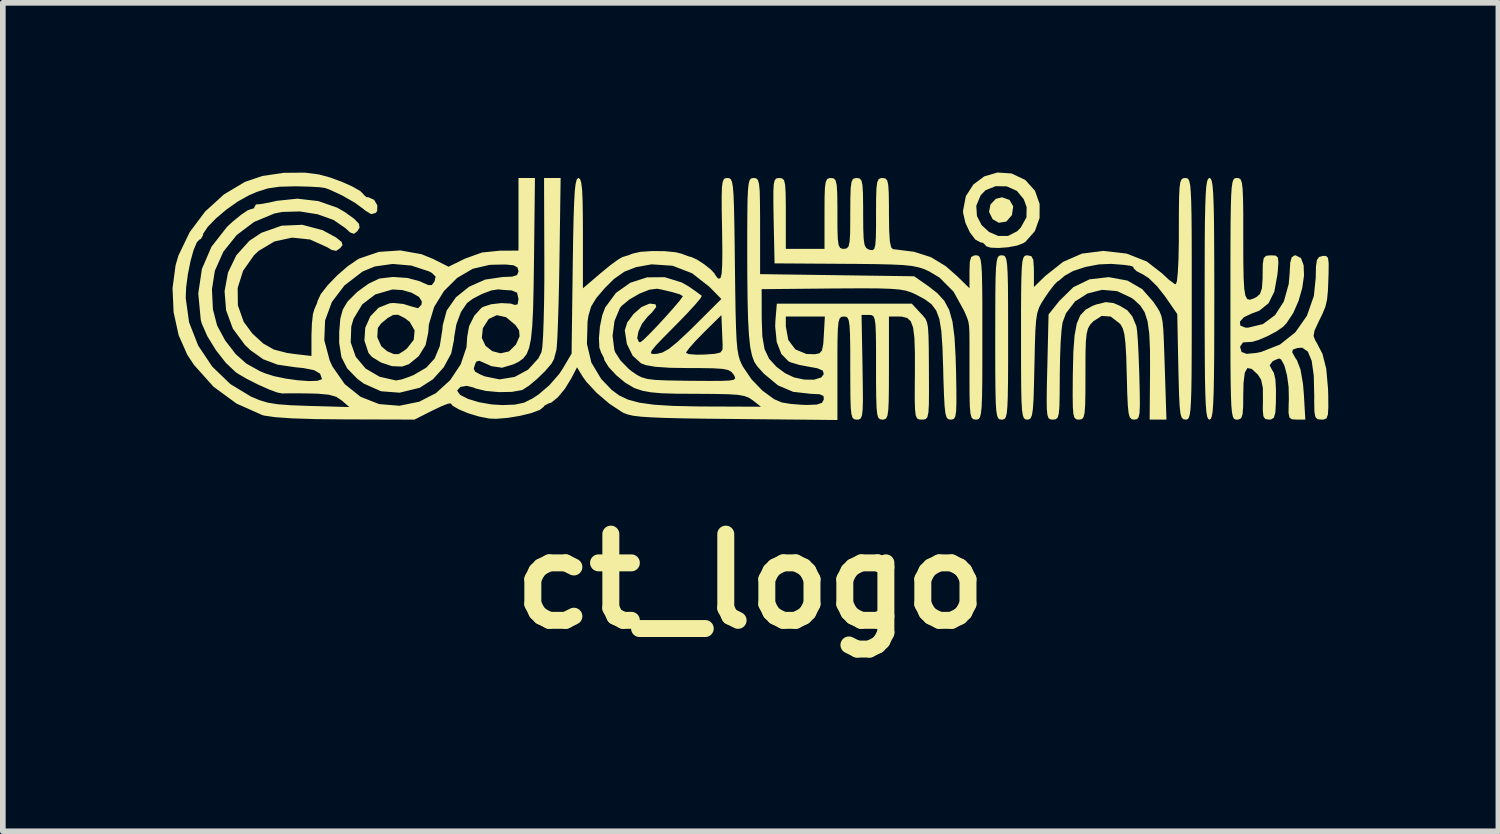
<source format=kicad_pcb>
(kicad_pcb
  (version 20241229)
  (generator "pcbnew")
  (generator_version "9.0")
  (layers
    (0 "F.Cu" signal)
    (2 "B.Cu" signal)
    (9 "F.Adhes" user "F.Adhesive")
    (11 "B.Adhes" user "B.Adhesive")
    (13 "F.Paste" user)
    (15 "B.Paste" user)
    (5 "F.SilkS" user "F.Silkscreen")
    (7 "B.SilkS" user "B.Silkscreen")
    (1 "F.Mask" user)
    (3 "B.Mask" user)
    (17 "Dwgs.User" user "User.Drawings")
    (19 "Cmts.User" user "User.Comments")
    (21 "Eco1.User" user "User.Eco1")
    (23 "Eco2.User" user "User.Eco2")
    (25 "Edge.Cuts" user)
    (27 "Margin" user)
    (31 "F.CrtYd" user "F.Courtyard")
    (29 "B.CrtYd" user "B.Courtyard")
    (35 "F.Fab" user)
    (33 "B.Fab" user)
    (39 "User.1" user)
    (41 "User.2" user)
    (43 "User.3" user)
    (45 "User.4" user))
  (footprint "ct_logo"
    (layer "F.Cu")
    (at 10.216 2.147)
    (property "Reference" "ct_logo" (at 0 5.08 0) (layer "F.SilkS") (effects (font (size 1.524 1.524) (thickness 0.3))))
    (attr board_only exclude_from_pos_files exclude_from_bom)
    (fp_poly (pts (xy 4.581 -1.663) (xy 4.646 -1.548) (xy 4.623 -1.395) (xy 4.623 -1.394) (xy 4.523 -1.279) (xy 4.391 -1.259) (xy 4.283 -1.321) (xy 4.219 -1.45) (xy 4.244 -1.583) (xy 4.339 -1.682) (xy 4.447 -1.709)) (stroke (width 0) (type solid)) (fill yes) (layer "F.SilkS"))
    (fp_poly (pts (xy 4.477 -0.68) (xy 4.504 -0.66) (xy 4.524 -0.611) (xy 4.538 -0.52) (xy 4.547 -0.373) (xy 4.553 -0.159) (xy 4.555 0.137) (xy 4.556 0.527) (xy 4.556 0.769) (xy 4.556 1.212) (xy 4.554 1.555) (xy 4.55 1.81) (xy 4.543 1.99) (xy 4.532 2.108) (xy 4.515 2.177) (xy 4.492 2.21) (xy 4.461 2.22) (xy 4.442 2.221) (xy 4.407 2.217) (xy 4.38 2.197) (xy 4.361 2.148) (xy 4.346 2.057) (xy 4.337 1.911) (xy 4.332 1.696) (xy 4.329 1.4) (xy 4.328 1.011) (xy 4.328 0.769) (xy 4.329 0.325) (xy 4.33 -0.017) (xy 4.334 -0.272) (xy 4.341 -0.452) (xy 4.353 -0.57) (xy 4.369 -0.639) (xy 4.393 -0.672) (xy 4.423 -0.683) (xy 4.442 -0.683)) (stroke (width 0) (type solid)) (fill yes) (layer "F.SilkS"))
    (fp_poly (pts (xy 8.138 -2.039) (xy 8.156 -1.997) (xy 8.17 -1.915) (xy 8.181 -1.782) (xy 8.189 -1.588) (xy 8.195 -1.323) (xy 8.198 -0.977) (xy 8.2 -0.538) (xy 8.201 0.002) (xy 8.201 0.085) (xy 8.2 0.641) (xy 8.199 1.093) (xy 8.195 1.452) (xy 8.19 1.727) (xy 8.182 1.93) (xy 8.172 2.071) (xy 8.158 2.159) (xy 8.14 2.206) (xy 8.119 2.221) (xy 8.115 2.221) (xy 8.093 2.209) (xy 8.075 2.168) (xy 8.061 2.086) (xy 8.05 1.953) (xy 8.042 1.759) (xy 8.036 1.494) (xy 8.033 1.148) (xy 8.031 0.709) (xy 8.03 0.169) (xy 8.03 0.085) (xy 8.031 -0.47) (xy 8.032 -0.922) (xy 8.035 -1.281) (xy 8.041 -1.556) (xy 8.049 -1.759) (xy 8.059 -1.9) (xy 8.073 -1.988) (xy 8.091 -2.035) (xy 8.112 -2.05) (xy 8.115 -2.05)) (stroke (width 0) (type solid)) (fill yes) (layer "F.SilkS"))
    (fp_poly (pts (xy 4.614 -2.131) (xy 4.855 -2.018) (xy 4.864 -2.011) (xy 5.031 -1.824) (xy 5.113 -1.591) (xy 5.112 -1.344) (xy 5.029 -1.111) (xy 4.864 -0.924) (xy 4.829 -0.9) (xy 4.716 -0.856) (xy 4.556 -0.826) (xy 4.387 -0.813) (xy 4.244 -0.819) (xy 4.164 -0.846) (xy 4.157 -0.861) (xy 4.111 -0.905) (xy 4.071 -0.911) (xy 3.977 -0.961) (xy 3.88 -1.088) (xy 3.802 -1.255) (xy 3.761 -1.429) (xy 3.759 -1.469) (xy 3.776 -1.56) (xy 3.993 -1.56) (xy 4.005 -1.378) (xy 4.087 -1.218) (xy 4.219 -1.096) (xy 4.381 -1.026) (xy 4.554 -1.026) (xy 4.718 -1.11) (xy 4.78 -1.175) (xy 4.88 -1.355) (xy 4.883 -1.536) (xy 4.833 -1.674) (xy 4.71 -1.823) (xy 4.532 -1.902) (xy 4.336 -1.906) (xy 4.157 -1.834) (xy 4.071 -1.746) (xy 3.993 -1.56) (xy 3.776 -1.56) (xy 3.808 -1.728) (xy 3.941 -1.935) (xy 4.134 -2.079) (xy 4.366 -2.147)) (stroke (width 0) (type solid)) (fill yes) (layer "F.SilkS"))
    (fp_poly (pts (xy 6.343 -0.296) (xy 6.665 -0.237) (xy 6.926 -0.086) (xy 7.123 0.138) (xy 7.185 0.23) (xy 7.231 0.304) (xy 7.263 0.382) (xy 7.285 0.481) (xy 7.299 0.623) (xy 7.309 0.826) (xy 7.319 1.11) (xy 7.327 1.353) (xy 7.355 2.221) (xy 7.058 2.221) (xy 7.065 1.374) (xy 7.064 0.988) (xy 7.051 0.698) (xy 7.021 0.483) (xy 6.97 0.324) (xy 6.892 0.204) (xy 6.783 0.103) (xy 6.735 0.068) (xy 6.483 -0.05) (xy 6.216 -0.073) (xy 5.96 -0.009) (xy 5.739 0.132) (xy 5.578 0.342) (xy 5.518 0.506) (xy 5.5 0.641) (xy 5.484 0.86) (xy 5.474 1.135) (xy 5.469 1.436) (xy 5.469 1.466) (xy 5.467 1.772) (xy 5.463 1.981) (xy 5.452 2.113) (xy 5.432 2.185) (xy 5.399 2.215) (xy 5.352 2.221) (xy 5.347 2.221) (xy 5.302 2.217) (xy 5.271 2.196) (xy 5.251 2.14) (xy 5.24 2.034) (xy 5.238 1.861) (xy 5.241 1.604) (xy 5.249 1.291) (xy 5.271 0.362) (xy 5.459 0.125) (xy 5.71 -0.121) (xy 5.996 -0.259) (xy 6.328 -0.297)) (stroke (width 0) (type solid)) (fill yes) (layer "F.SilkS"))
    (fp_poly (pts (xy 6.417 0.16) (xy 6.522 0.204) (xy 6.662 0.287) (xy 6.752 0.397) (xy 6.824 0.57) (xy 6.836 0.656) (xy 6.85 0.832) (xy 6.862 1.075) (xy 6.873 1.361) (xy 6.875 1.438) (xy 6.883 1.75) (xy 6.885 1.966) (xy 6.879 2.103) (xy 6.863 2.18) (xy 6.834 2.213) (xy 6.792 2.221) (xy 6.784 2.221) (xy 6.74 2.214) (xy 6.708 2.182) (xy 6.686 2.107) (xy 6.672 1.972) (xy 6.662 1.76) (xy 6.654 1.451) (xy 6.653 1.43) (xy 6.644 1.103) (xy 6.63 0.87) (xy 6.611 0.712) (xy 6.583 0.608) (xy 6.544 0.539) (xy 6.531 0.524) (xy 6.369 0.399) (xy 6.21 0.388) (xy 6.059 0.485) (xy 6.005 0.545) (xy 5.968 0.61) (xy 5.944 0.703) (xy 5.93 0.843) (xy 5.924 1.052) (xy 5.923 1.349) (xy 5.923 1.421) (xy 5.922 1.737) (xy 5.918 1.957) (xy 5.908 2.097) (xy 5.89 2.177) (xy 5.861 2.212) (xy 5.818 2.221) (xy 5.807 2.221) (xy 5.761 2.216) (xy 5.73 2.189) (xy 5.71 2.122) (xy 5.7 1.999) (xy 5.697 1.802) (xy 5.699 1.514) (xy 5.7 1.41) (xy 5.709 1.022) (xy 5.731 0.732) (xy 5.77 0.522) (xy 5.833 0.376) (xy 5.926 0.277) (xy 6.053 0.208) (xy 6.117 0.185) (xy 6.283 0.144)) (stroke (width 0) (type solid)) (fill yes) (layer "F.SilkS"))
    (fp_poly (pts (xy 7.718 -2.047) (xy 7.741 -2.032) (xy 7.76 -1.992) (xy 7.775 -1.919) (xy 7.785 -1.8) (xy 7.793 -1.626) (xy 7.798 -1.385) (xy 7.801 -1.067) (xy 7.802 -0.661) (xy 7.802 -0.156) (xy 7.802 0.085) (xy 7.802 0.635) (xy 7.801 1.081) (xy 7.799 1.434) (xy 7.795 1.706) (xy 7.788 1.907) (xy 7.779 2.047) (xy 7.766 2.138) (xy 7.749 2.191) (xy 7.728 2.214) (xy 7.701 2.221) (xy 7.693 2.221) (xy 7.653 2.214) (xy 7.623 2.183) (xy 7.602 2.112) (xy 7.588 1.984) (xy 7.578 1.783) (xy 7.57 1.493) (xy 7.565 1.288) (xy 7.546 0.355) (xy 7.329 0.041) (xy 7.188 -0.138) (xy 7.043 -0.279) (xy 6.945 -0.343) (xy 6.829 -0.402) (xy 6.777 -0.451) (xy 6.777 -0.453) (xy 6.766 -0.481) (xy 6.717 -0.499) (xy 6.605 -0.514) (xy 6.407 -0.53) (xy 6.378 -0.532) (xy 6.162 -0.523) (xy 5.924 -0.478) (xy 5.707 -0.407) (xy 5.555 -0.322) (xy 5.539 -0.308) (xy 5.455 -0.236) (xy 5.426 -0.219) (xy 5.372 -0.164) (xy 5.28 -0.044) (xy 5.211 0.057) (xy 5.148 0.154) (xy 5.103 0.241) (xy 5.071 0.338) (xy 5.051 0.466) (xy 5.038 0.646) (xy 5.029 0.897) (xy 5.022 1.241) (xy 5.021 1.267) (xy 5.013 1.617) (xy 5.005 1.87) (xy 4.993 2.04) (xy 4.977 2.144) (xy 4.953 2.199) (xy 4.92 2.219) (xy 4.893 2.221) (xy 4.86 2.216) (xy 4.834 2.194) (xy 4.815 2.14) (xy 4.801 2.042) (xy 4.792 1.887) (xy 4.787 1.663) (xy 4.785 1.355) (xy 4.784 0.951) (xy 4.784 0.769) (xy 4.784 0.325) (xy 4.786 -0.017) (xy 4.79 -0.272) (xy 4.797 -0.452) (xy 4.808 -0.57) (xy 4.825 -0.639) (xy 4.848 -0.672) (xy 4.879 -0.683) (xy 4.898 -0.683) (xy 4.967 -0.668) (xy 5.001 -0.604) (xy 5.011 -0.462) (xy 5.012 -0.403) (xy 5.012 -0.123) (xy 5.211 -0.317) (xy 5.528 -0.568) (xy 5.862 -0.714) (xy 6.231 -0.761) (xy 6.24 -0.761) (xy 6.652 -0.714) (xy 7.007 -0.574) (xy 7.277 -0.365) (xy 7.399 -0.251) (xy 7.494 -0.181) (xy 7.52 -0.171) (xy 7.54 -0.225) (xy 7.556 -0.38) (xy 7.568 -0.621) (xy 7.574 -0.934) (xy 7.574 -1.111) (xy 7.575 -1.457) (xy 7.578 -1.706) (xy 7.586 -1.874) (xy 7.6 -1.976) (xy 7.623 -2.028) (xy 7.656 -2.048) (xy 7.688 -2.05)) (stroke (width 0) (type solid)) (fill yes) (layer "F.SilkS"))
    (fp_poly (pts (xy 2.385 -2.043) (xy 2.418 -2.008) (xy 2.437 -1.926) (xy 2.446 -1.777) (xy 2.449 -1.542) (xy 2.449 -1.424) (xy 2.453 -1.127) (xy 2.465 -0.932) (xy 2.488 -0.825) (xy 2.52 -0.793) (xy 2.892 -0.746) (xy 3.191 -0.651) (xy 3.453 -0.492) (xy 3.659 -0.311) (xy 3.873 -0.101) (xy 3.873 -0.392) (xy 3.878 -0.565) (xy 3.903 -0.653) (xy 3.957 -0.682) (xy 3.987 -0.683) (xy 4.021 -0.68) (xy 4.048 -0.66) (xy 4.068 -0.611) (xy 4.082 -0.52) (xy 4.092 -0.373) (xy 4.097 -0.159) (xy 4.1 0.137) (xy 4.1 0.527) (xy 4.1 0.769) (xy 4.1 1.212) (xy 4.099 1.555) (xy 4.095 1.81) (xy 4.088 1.99) (xy 4.076 2.108) (xy 4.059 2.177) (xy 4.036 2.21) (xy 4.006 2.22) (xy 3.987 2.221) (xy 3.942 2.215) (xy 3.911 2.187) (xy 3.891 2.118) (xy 3.879 1.991) (xy 3.874 1.791) (xy 3.873 1.498) (xy 3.873 1.395) (xy 3.873 1.066) (xy 3.873 0.831) (xy 3.871 0.67) (xy 3.865 0.562) (xy 3.853 0.489) (xy 3.834 0.43) (xy 3.807 0.364) (xy 3.779 0.3) (xy 3.591 -0.041) (xy 3.344 -0.289) (xy 3.16 -0.399) (xy 3.067 -0.441) (xy 2.971 -0.472) (xy 2.856 -0.495) (xy 2.704 -0.511) (xy 2.497 -0.521) (xy 2.218 -0.528) (xy 1.85 -0.532) (xy 1.663 -0.533) (xy 0.427 -0.541) (xy 0.411 -1.296) (xy 0.406 -1.601) (xy 0.406 -1.81) (xy 0.413 -1.942) (xy 0.431 -2.014) (xy 0.462 -2.044) (xy 0.508 -2.05) (xy 0.511 -2.05) (xy 0.561 -2.043) (xy 0.595 -2.01) (xy 0.614 -1.929) (xy 0.623 -1.783) (xy 0.626 -1.55) (xy 0.626 -1.424) (xy 0.626 -0.797) (xy 1.31 -0.797) (xy 1.31 -1.424) (xy 1.311 -1.698) (xy 1.317 -1.878) (xy 1.332 -1.983) (xy 1.359 -2.034) (xy 1.402 -2.049) (xy 1.424 -2.05) (xy 1.474 -2.043) (xy 1.506 -2.008) (xy 1.526 -1.926) (xy 1.535 -1.777) (xy 1.538 -1.542) (xy 1.538 -1.424) (xy 1.539 -1.15) (xy 1.545 -0.97) (xy 1.56 -0.864) (xy 1.587 -0.814) (xy 1.63 -0.798) (xy 1.652 -0.797) (xy 1.701 -0.805) (xy 1.734 -0.839) (xy 1.753 -0.921) (xy 1.763 -1.07) (xy 1.765 -1.306) (xy 1.765 -1.424) (xy 1.767 -1.698) (xy 1.773 -1.878) (xy 1.788 -1.983) (xy 1.815 -2.034) (xy 1.858 -2.049) (xy 1.879 -2.05) (xy 1.929 -2.043) (xy 1.962 -2.008) (xy 1.981 -1.925) (xy 1.99 -1.776) (xy 1.993 -1.539) (xy 1.993 -1.43) (xy 1.995 -1.157) (xy 2.002 -0.976) (xy 2.018 -0.868) (xy 2.048 -0.811) (xy 2.093 -0.785) (xy 2.107 -0.781) (xy 2.156 -0.774) (xy 2.189 -0.796) (xy 2.208 -0.866) (xy 2.218 -1.001) (xy 2.221 -1.221) (xy 2.221 -1.401) (xy 2.222 -1.681) (xy 2.228 -1.866) (xy 2.242 -1.976) (xy 2.268 -2.031) (xy 2.308 -2.049) (xy 2.335 -2.05)) (stroke (width 0) (type solid)) (fill yes) (layer "F.SilkS"))
    (fp_poly (pts (xy 8.639 -2.046) (xy 8.668 -2.022) (xy 8.689 -1.963) (xy 8.702 -1.855) (xy 8.709 -1.683) (xy 8.713 -1.431) (xy 8.713 -1.084) (xy 8.713 -0.968) (xy 8.714 -0.581) (xy 8.719 -0.294) (xy 8.73 -0.096) (xy 8.75 0.028) (xy 8.783 0.09) (xy 8.831 0.102) (xy 8.898 0.079) (xy 8.945 0.055) (xy 9.009 -0.001) (xy 9.043 -0.101) (xy 9.055 -0.275) (xy 9.055 -0.344) (xy 9.058 -0.532) (xy 9.075 -0.634) (xy 9.116 -0.675) (xy 9.195 -0.683) (xy 9.203 -0.683) (xy 9.283 -0.679) (xy 9.324 -0.646) (xy 9.334 -0.56) (xy 9.322 -0.393) (xy 9.316 -0.338) (xy 9.262 -0.041) (xy 9.16 0.164) (xy 8.999 0.294) (xy 8.87 0.343) (xy 8.727 0.408) (xy 8.655 0.487) (xy 8.66 0.558) (xy 8.75 0.595) (xy 8.797 0.596) (xy 9.061 0.532) (xy 9.275 0.374) (xy 9.43 0.133) (xy 9.517 -0.178) (xy 9.533 -0.368) (xy 9.543 -0.553) (xy 9.569 -0.649) (xy 9.62 -0.682) (xy 9.638 -0.683) (xy 9.732 -0.636) (xy 9.78 -0.509) (xy 9.787 -0.326) (xy 9.756 -0.108) (xy 9.691 0.12) (xy 9.597 0.336) (xy 9.477 0.517) (xy 9.415 0.582) (xy 9.303 0.66) (xy 9.146 0.743) (xy 8.987 0.812) (xy 8.868 0.847) (xy 8.843 0.848) (xy 8.709 0.856) (xy 8.657 0.93) (xy 8.657 0.936) (xy 8.683 1.025) (xy 8.774 1.059) (xy 8.946 1.042) (xy 9.028 1.025) (xy 9.36 0.895) (xy 9.634 0.677) (xy 9.838 0.386) (xy 9.961 0.035) (xy 9.994 -0.285) (xy 9.998 -0.486) (xy 10.015 -0.6) (xy 10.053 -0.654) (xy 10.114 -0.672) (xy 10.176 -0.673) (xy 10.211 -0.637) (xy 10.223 -0.541) (xy 10.221 -0.361) (xy 10.219 -0.302) (xy 10.21 -0.063) (xy 10.194 0.101) (xy 10.164 0.228) (xy 10.111 0.356) (xy 10.044 0.492) (xy 9.973 0.646) (xy 9.956 0.743) (xy 9.987 0.824) (xy 10.006 0.853) (xy 10.113 1.058) (xy 10.18 1.323) (xy 10.211 1.669) (xy 10.215 1.78) (xy 10.217 2.001) (xy 10.209 2.133) (xy 10.185 2.198) (xy 10.138 2.219) (xy 10.094 2.221) (xy 10.027 2.214) (xy 9.988 2.176) (xy 9.971 2.084) (xy 9.967 1.913) (xy 9.968 1.808) (xy 9.959 1.441) (xy 9.922 1.18) (xy 9.854 1.018) (xy 9.755 0.95) (xy 9.669 0.955) (xy 9.591 0.983) (xy 9.578 1.029) (xy 9.631 1.126) (xy 9.663 1.174) (xy 9.725 1.336) (xy 9.769 1.591) (xy 9.784 1.77) (xy 9.81 2.221) (xy 9.657 2.221) (xy 9.573 2.216) (xy 9.529 2.184) (xy 9.513 2.098) (xy 9.516 1.933) (xy 9.519 1.864) (xy 9.515 1.646) (xy 9.486 1.436) (xy 9.44 1.264) (xy 9.383 1.159) (xy 9.347 1.14) (xy 9.273 1.168) (xy 9.23 1.192) (xy 9.18 1.26) (xy 9.21 1.32) (xy 9.255 1.398) (xy 9.281 1.512) (xy 9.291 1.688) (xy 9.29 1.922) (xy 9.28 2.098) (xy 9.254 2.188) (xy 9.201 2.219) (xy 9.166 2.221) (xy 9.101 2.21) (xy 9.068 2.161) (xy 9.058 2.046) (xy 9.061 1.88) (xy 9.059 1.659) (xy 9.028 1.515) (xy 8.97 1.424) (xy 8.861 1.324) (xy 8.786 1.31) (xy 8.74 1.391) (xy 8.718 1.572) (xy 8.713 1.765) (xy 8.711 1.992) (xy 8.7 2.129) (xy 8.675 2.197) (xy 8.63 2.219) (xy 8.6 2.221) (xy 8.57 2.218) (xy 8.546 2.203) (xy 8.528 2.163) (xy 8.513 2.09) (xy 8.502 1.971) (xy 8.495 1.797) (xy 8.49 1.556) (xy 8.487 1.238) (xy 8.486 0.832) (xy 8.486 0.327) (xy 8.486 0.085) (xy 8.486 -0.464) (xy 8.487 -0.909) (xy 8.489 -1.263) (xy 8.493 -1.534) (xy 8.499 -1.735) (xy 8.508 -1.876) (xy 8.521 -1.967) (xy 8.538 -2.019) (xy 8.56 -2.043) (xy 8.587 -2.05) (xy 8.6 -2.05)) (stroke (width 0) (type solid)) (fill yes) (layer "F.SilkS"))
    (fp_poly (pts (xy -7.627 -2.113) (xy -7.429 -2.059) (xy -7.222 -1.983) (xy -7.035 -1.899) (xy -6.896 -1.819) (xy -6.835 -1.757) (xy -6.834 -1.751) (xy -6.788 -1.713) (xy -6.751 -1.709) (xy -6.653 -1.665) (xy -6.595 -1.567) (xy -6.599 -1.465) (xy -6.625 -1.432) (xy -6.705 -1.411) (xy -6.814 -1.478) (xy -6.837 -1.499) (xy -6.994 -1.614) (xy -7.208 -1.737) (xy -7.43 -1.841) (xy -7.517 -1.873) (xy -7.613 -1.887) (xy -7.787 -1.897) (xy -8.008 -1.903) (xy -8.059 -1.903) (xy -8.326 -1.896) (xy -8.531 -1.866) (xy -8.727 -1.804) (xy -8.867 -1.743) (xy -9.061 -1.635) (xy -9.262 -1.493) (xy -9.447 -1.337) (xy -9.592 -1.188) (xy -9.673 -1.067) (xy -9.682 -1.028) (xy -9.717 -0.97) (xy -9.731 -0.968) (xy -9.785 -0.916) (xy -9.843 -0.778) (xy -9.898 -0.581) (xy -9.944 -0.352) (xy -9.975 -0.119) (xy -9.983 0.07) (xy -9.923 0.502) (xy -9.762 0.913) (xy -9.514 1.284) (xy -9.192 1.594) (xy -8.827 1.815) (xy -8.676 1.878) (xy -8.528 1.922) (xy -8.353 1.95) (xy -8.124 1.967) (xy -7.809 1.979) (xy -7.802 1.979) (xy -7.09 1.999) (xy -7.225 1.882) (xy -7.322 1.818) (xy -7.452 1.781) (xy -7.646 1.763) (xy -7.794 1.759) (xy -8.008 1.756) (xy -8.177 1.756) (xy -8.268 1.759) (xy -8.274 1.759) (xy -8.365 1.742) (xy -8.522 1.683) (xy -8.713 1.597) (xy -8.903 1.501) (xy -9.06 1.409) (xy -9.101 1.381) (xy -9.274 1.217) (xy -9.45 0.992) (xy -9.601 0.746) (xy -9.7 0.52) (xy -9.717 0.456) (xy -9.761 -0.009) (xy -9.697 -0.442) (xy -9.527 -0.836) (xy -9.254 -1.185) (xy -9.155 -1.277) (xy -9.003 -1.401) (xy -8.882 -1.482) (xy -8.818 -1.503) (xy -8.817 -1.503) (xy -8.773 -1.516) (xy -8.77 -1.534) (xy -8.74 -1.584) (xy -8.728 -1.584) (xy -8.653 -1.59) (xy -8.504 -1.617) (xy -8.372 -1.647) (xy -8.009 -1.685) (xy -7.638 -1.642) (xy -7.301 -1.524) (xy -7.162 -1.443) (xy -6.998 -1.323) (xy -6.919 -1.239) (xy -6.91 -1.171) (xy -6.95 -1.108) (xy -7.009 -1.063) (xy -7.078 -1.089) (xy -7.162 -1.166) (xy -7.371 -1.309) (xy -7.652 -1.409) (xy -7.966 -1.459) (xy -8.276 -1.45) (xy -8.415 -1.423) (xy -8.775 -1.273) (xy -9.081 -1.042) (xy -9.317 -0.748) (xy -9.468 -0.41) (xy -9.519 -0.083) (xy -9.502 0.27) (xy -9.428 0.557) (xy -9.287 0.819) (xy -9.282 0.826) (xy -9.099 1.063) (xy -8.912 1.23) (xy -8.677 1.361) (xy -8.59 1.399) (xy -8.425 1.452) (xy -8.221 1.495) (xy -8.006 1.525) (xy -7.809 1.54) (xy -7.657 1.535) (xy -7.58 1.51) (xy -7.575 1.498) (xy -7.608 1.408) (xy -7.713 1.347) (xy -7.907 1.309) (xy -8.033 1.297) (xy -8.358 1.25) (xy -8.613 1.154) (xy -8.841 0.992) (xy -8.936 0.901) (xy -9.15 0.612) (xy -9.269 0.288) (xy -9.296 -0.049) (xy -9.235 -0.38) (xy -9.088 -0.684) (xy -8.859 -0.939) (xy -8.646 -1.081) (xy -8.288 -1.207) (xy -7.922 -1.223) (xy -7.563 -1.128) (xy -7.329 -1.001) (xy -7.227 -0.921) (xy -7.211 -0.863) (xy -7.251 -0.811) (xy -7.323 -0.762) (xy -7.406 -0.78) (xy -7.481 -0.826) (xy -7.785 -0.963) (xy -8.104 -0.996) (xy -8.415 -0.928) (xy -8.693 -0.762) (xy -8.776 -0.684) (xy -8.969 -0.409) (xy -9.064 -0.107) (xy -9.061 0.201) (xy -8.958 0.492) (xy -8.806 0.698) (xy -8.612 0.876) (xy -8.425 0.982) (xy -8.194 1.042) (xy -8.068 1.06) (xy -7.76 1.096) (xy -7.76 0.816) (xy -7.533 0.816) (xy -7.437 1.177) (xy -7.388 1.283) (xy -7.171 1.594) (xy -6.891 1.818) (xy -6.563 1.947) (xy -6.205 1.976) (xy -5.856 1.905) (xy -5.558 1.752) (xy -5.308 1.524) (xy -5.122 1.245) (xy -5.019 0.941) (xy -5.008 0.776) (xy -4.748 0.776) (xy -4.683 0.916) (xy -4.563 1.011) (xy -4.415 1.049) (xy -4.267 1.015) (xy -4.148 0.897) (xy -4.143 0.89) (xy -4.08 0.747) (xy -4.09 0.642) (xy -4.153 0.55) (xy -4.32 0.41) (xy -4.484 0.375) (xy -4.627 0.443) (xy -4.73 0.605) (xy -4.748 0.776) (xy -5.008 0.776) (xy -5.006 0.751) (xy -4.973 0.569) (xy -4.881 0.384) (xy -4.757 0.247) (xy -4.727 0.228) (xy -4.581 0.181) (xy -4.399 0.161) (xy -4.236 0.17) (xy -4.166 0.194) (xy -4.115 0.183) (xy -4.1 0.089) (xy -4.125 -0.023) (xy -4.218 -0.062) (xy -4.243 -0.064) (xy -4.382 -0.073) (xy -4.456 -0.081) (xy -4.578 -0.063) (xy -4.746 -0.000163) (xy -4.91 0.086) (xy -5.009 0.16) (xy -5.117 0.318) (xy -5.199 0.539) (xy -5.238 0.769) (xy -5.239 0.806) (xy -5.289 1.051) (xy -5.422 1.297) (xy -5.613 1.509) (xy -5.837 1.653) (xy -5.85 1.659) (xy -6.201 1.745) (xy -6.53 1.72) (xy -6.835 1.584) (xy -6.951 1.498) (xy -7.128 1.316) (xy -7.23 1.117) (xy -7.27 0.865) (xy -7.27 0.856) (xy -7.066 0.856) (xy -6.977 1.11) (xy -6.803 1.318) (xy -6.556 1.463) (xy -6.265 1.529) (xy -6.162 1.51) (xy -6.009 1.456) (xy -5.951 1.431) (xy -5.731 1.303) (xy -5.583 1.142) (xy -5.492 0.924) (xy -5.445 0.625) (xy -5.439 0.552) (xy -5.369 0.292) (xy -5.206 0.059) (xy -4.973 -0.128) (xy -4.691 -0.254) (xy -4.381 -0.3) (xy -4.379 -0.3) (xy -4.209 -0.307) (xy -4.126 -0.334) (xy -4.101 -0.393) (xy -4.1 -0.406) (xy -4.119 -0.47) (xy -4.187 -0.507) (xy -4.325 -0.521) (xy -4.553 -0.517) (xy -4.613 -0.514) (xy -4.909 -0.445) (xy -5.184 -0.284) (xy -5.417 -0.052) (xy -5.591 0.229) (xy -5.684 0.538) (xy -5.695 0.681) (xy -5.742 0.903) (xy -5.865 1.101) (xy -6.037 1.241) (xy -6.158 1.283) (xy -6.336 1.276) (xy -6.53 1.212) (xy -6.691 1.113) (xy -6.751 1.043) (xy -6.824 0.823) (xy -6.82 0.766) (xy -6.596 0.766) (xy -6.525 0.924) (xy -6.422 1.012) (xy -6.301 1.064) (xy -6.219 1.063) (xy -6.121 1.002) (xy -6.072 0.964) (xy -5.952 0.811) (xy -5.936 0.645) (xy -6.023 0.493) (xy -6.108 0.428) (xy -6.229 0.367) (xy -6.316 0.371) (xy -6.413 0.426) (xy -6.527 0.52) (xy -6.587 0.601) (xy -6.596 0.766) (xy -6.82 0.766) (xy -6.809 0.598) (xy -6.72 0.396) (xy -6.572 0.242) (xy -6.375 0.164) (xy -6.31 0.159) (xy -6.138 0.176) (xy -5.999 0.218) (xy -5.994 0.22) (xy -5.874 0.252) (xy -5.815 0.189) (xy -5.809 0.13) (xy -5.86 0.051) (xy -5.987 -0.021) (xy -6.153 -0.069) (xy -6.321 -0.079) (xy -6.333 -0.078) (xy -6.631 0.008) (xy -6.862 0.184) (xy -7.016 0.439) (xy -7.056 0.574) (xy -7.066 0.856) (xy -7.27 0.856) (xy -7.269 0.671) (xy -7.25 0.437) (xy -7.206 0.275) (xy -7.127 0.142) (xy -7.116 0.128) (xy -6.949 -0.038) (xy -6.75 -0.182) (xy -6.565 -0.27) (xy -6.549 -0.274) (xy -6.317 -0.301) (xy -6.062 -0.283) (xy -5.846 -0.225) (xy -5.822 -0.214) (xy -5.697 -0.158) (xy -5.632 -0.158) (xy -5.587 -0.217) (xy -5.583 -0.224) (xy -5.565 -0.307) (xy -5.632 -0.373) (xy -5.683 -0.4) (xy -5.994 -0.502) (xy -6.326 -0.531) (xy -6.641 -0.486) (xy -6.856 -0.397) (xy -7.177 -0.15) (xy -7.399 0.142) (xy -7.519 0.468) (xy -7.533 0.816) (xy -7.76 0.816) (xy -7.76 0.725) (xy -7.752 0.521) (xy -7.734 0.357) (xy -7.711 0.277) (xy -7.66 0.158) (xy -7.651 0.122) (xy -7.595 0.002) (xy -7.471 -0.157) (xy -7.304 -0.329) (xy -7.121 -0.488) (xy -6.946 -0.609) (xy -6.915 -0.626) (xy -6.568 -0.744) (xy -6.19 -0.77) (xy -5.817 -0.704) (xy -5.615 -0.622) (xy -5.336 -0.482) (xy -5.052 -0.622) (xy -4.746 -0.733) (xy -4.434 -0.765) (xy -4.1 -0.767) (xy -4.1 -2.05) (xy -3.809 -2.05) (xy -3.826 -0.584) (xy -3.833 -0.102) (xy -3.842 0.279) (xy -3.857 0.572) (xy -3.879 0.792) (xy -3.911 0.951) (xy -3.956 1.063) (xy -4.017 1.141) (xy -4.096 1.198) (xy -4.189 1.244) (xy -4.391 1.304) (xy -4.579 1.276) (xy -4.68 1.23) (xy -4.791 1.181) (xy -4.845 1.195) (xy -4.865 1.235) (xy -4.891 1.319) (xy -4.868 1.372) (xy -4.774 1.424) (xy -4.695 1.457) (xy -4.433 1.51) (xy -4.167 1.466) (xy -3.93 1.338) (xy -3.749 1.139) (xy -3.693 1.027) (xy -3.678 0.933) (xy -3.665 0.741) (xy -3.655 0.469) (xy -3.647 0.133) (xy -3.643 -0.249) (xy -3.643 -0.582) (xy -3.648 -2.05) (xy -3.355 -2.05) (xy -3.376 -0.584) (xy -3.383 -0.181) (xy -3.392 0.189) (xy -3.402 0.508) (xy -3.412 0.761) (xy -3.423 0.93) (xy -3.431 0.997) (xy -3.461 1.105) (xy -3.47 1.146) (xy -3.517 1.233) (xy -3.626 1.36) (xy -3.767 1.498) (xy -3.91 1.618) (xy -4.025 1.693) (xy -4.04 1.699) (xy -4.218 1.731) (xy -4.446 1.735) (xy -4.676 1.714) (xy -4.857 1.671) (xy -4.891 1.655) (xy -5.014 1.624) (xy -5.127 1.643) (xy -5.182 1.704) (xy -5.183 1.712) (xy -5.13 1.785) (xy -4.992 1.855) (xy -4.797 1.914) (xy -4.571 1.953) (xy -4.385 1.964) (xy -4.163 1.956) (xy -4.003 1.922) (xy -3.853 1.848) (xy -3.746 1.777) (xy -3.555 1.614) (xy -3.38 1.414) (xy -3.319 1.322) (xy -3.161 1.054) (xy -3.159 0.881) (xy -2.89 0.881) (xy -2.812 1.212) (xy -2.637 1.503) (xy -2.452 1.696) (xy -2.32 1.794) (xy -2.162 1.868) (xy -1.961 1.922) (xy -1.701 1.958) (xy -1.365 1.979) (xy -0.936 1.988) (xy -0.804 1.989) (xy 0.186 1.993) (xy 0.041 1.879) (xy -0.025 1.835) (xy -0.107 1.804) (xy -0.224 1.783) (xy -0.396 1.772) (xy -0.643 1.767) (xy -0.958 1.765) (xy -1.311 1.763) (xy -1.571 1.755) (xy -1.763 1.738) (xy -1.909 1.711) (xy -2.03 1.671) (xy -2.06 1.659) (xy -2.215 1.567) (xy -2.373 1.435) (xy -2.505 1.293) (xy -2.582 1.169) (xy -2.59 1.13) (xy -2.626 1.058) (xy -2.634 1.049) (xy -2.67 0.949) (xy -2.678 0.778) (xy -2.674 0.739) (xy -2.437 0.739) (xy -2.406 0.984) (xy -2.39 1.031) (xy -2.297 1.175) (xy -2.152 1.324) (xy -2.097 1.368) (xy -2.007 1.43) (xy -1.923 1.473) (xy -1.822 1.502) (xy -1.684 1.519) (xy -1.485 1.528) (xy -1.203 1.533) (xy -1.051 1.535) (xy -0.729 1.537) (xy -0.506 1.536) (xy -0.365 1.53) (xy -0.291 1.515) (xy -0.268 1.49) (xy -0.281 1.452) (xy -0.296 1.426) (xy -0.336 1.377) (xy -0.395 1.344) (xy -0.495 1.324) (xy -0.656 1.314) (xy -0.899 1.31) (xy -1.07 1.31) (xy -1.421 1.305) (xy -1.675 1.288) (xy -1.848 1.258) (xy -1.933 1.226) (xy -2.082 1.091) (xy -2.184 0.883) (xy -2.221 0.642) (xy -2.177 0.503) (xy -2.066 0.354) (xy -1.925 0.231) (xy -1.788 0.172) (xy -1.77 0.171) (xy -1.677 0.183) (xy -1.665 0.23) (xy -1.739 0.325) (xy -1.822 0.407) (xy -1.918 0.529) (xy -1.98 0.665) (xy -2.001 0.782) (xy -1.971 0.849) (xy -1.948 0.854) (xy -1.895 0.815) (xy -1.789 0.712) (xy -1.651 0.569) (xy -1.502 0.407) (xy -1.363 0.251) (xy -1.255 0.124) (xy -1.199 0.047) (xy -1.196 0.037) (xy -1.247 0.007) (xy -1.379 -0.033) (xy -1.561 -0.076) (xy -1.65 -0.093) (xy -1.785 -0.076) (xy -1.963 -0.005) (xy -2.14 0.098) (xy -2.277 0.211) (xy -2.307 0.249) (xy -2.402 0.475) (xy -2.437 0.739) (xy -2.674 0.739) (xy -2.66 0.574) (xy -2.619 0.376) (xy -2.568 0.24) (xy -2.377 -0.019) (xy -2.122 -0.199) (xy -1.827 -0.294) (xy -1.515 -0.297) (xy -1.212 -0.203) (xy -1.092 -0.134) (xy -0.96 -0.042) (xy -0.873 0.022) (xy -0.859 0.034) (xy -0.886 0.082) (xy -0.98 0.193) (xy -1.127 0.353) (xy -1.312 0.543) (xy -1.335 0.566) (xy -1.542 0.775) (xy -1.676 0.916) (xy -1.746 1.002) (xy -1.76 1.047) (xy -1.727 1.061) (xy -1.657 1.059) (xy -1.576 1.04) (xy -1.139 1.04) (xy -1.088 1.063) (xy -0.954 1.073) (xy -0.812 1.071) (xy -0.628 1.058) (xy -0.531 1.035) (xy -0.494 0.987) (xy -0.491 0.9) (xy -0.491 0.897) (xy -0.499 0.72) (xy -0.505 0.557) (xy -0.513 0.374) (xy -0.826 0.683) (xy -0.975 0.836) (xy -1.085 0.961) (xy -1.137 1.034) (xy -1.139 1.04) (xy -1.576 1.04) (xy -1.557 1.036) (xy -1.441 0.971) (xy -1.292 0.85) (xy -1.091 0.662) (xy -0.995 0.568) (xy -0.514 0.089) (xy -0.724 -0.126) (xy -1.031 -0.366) (xy -1.375 -0.499) (xy -1.747 -0.524) (xy -2.022 -0.474) (xy -2.228 -0.394) (xy -2.412 -0.265) (xy -2.574 -0.104) (xy -2.726 0.074) (xy -2.815 0.221) (xy -2.863 0.382) (xy -2.879 0.491) (xy -2.89 0.881) (xy -3.159 0.881) (xy -3.141 -0.498) (xy -3.134 -0.97) (xy -3.126 -1.34) (xy -3.116 -1.618) (xy -3.105 -1.817) (xy -3.09 -1.947) (xy -3.071 -2.021) (xy -3.048 -2.049) (xy -3.041 -2.05) (xy -3.011 -2.031) (xy -2.99 -1.965) (xy -2.975 -1.838) (xy -2.966 -1.635) (xy -2.962 -1.342) (xy -2.961 -1.075) (xy -2.961 -0.1) (xy -2.647 -0.368) (xy -2.483 -0.503) (xy -2.347 -0.603) (xy -2.266 -0.651) (xy -2.263 -0.652) (xy -2.155 -0.685) (xy -2.079 -0.715) (xy -1.942 -0.745) (xy -1.739 -0.759) (xy -1.517 -0.757) (xy -1.322 -0.738) (xy -1.218 -0.712) (xy -1.095 -0.666) (xy -1.041 -0.652) (xy -0.944 -0.608) (xy -0.818 -0.526) (xy -0.701 -0.434) (xy -0.632 -0.36) (xy -0.626 -0.344) (xy -0.582 -0.283) (xy -0.555 -0.27) (xy -0.528 -0.283) (xy -0.509 -0.357) (xy -0.499 -0.504) (xy -0.496 -0.736) (xy -0.5 -1.067) (xy -0.501 -1.146) (xy -0.507 -1.485) (xy -0.508 -1.727) (xy -0.503 -1.888) (xy -0.49 -1.984) (xy -0.467 -2.032) (xy -0.433 -2.049) (xy -0.405 -2.05) (xy -0.371 -2.046) (xy -0.345 -2.026) (xy -0.324 -1.977) (xy -0.309 -1.887) (xy -0.298 -1.743) (xy -0.29 -1.532) (xy -0.284 -1.242) (xy -0.278 -0.86) (xy -0.274 -0.498) (xy -0.268 -0.035) (xy -0.262 0.329) (xy -0.254 0.609) (xy -0.244 0.818) (xy -0.23 0.972) (xy -0.21 1.086) (xy -0.185 1.173) (xy -0.152 1.248) (xy -0.131 1.287) (xy 0.021 1.51) (xy 0.215 1.711) (xy 0.42 1.86) (xy 0.556 1.918) (xy 0.708 1.943) (xy 0.91 1.959) (xy 0.995 1.962) (xy 1.173 1.955) (xy 1.265 1.925) (xy 1.298 1.865) (xy 1.292 1.803) (xy 1.224 1.773) (xy 1.068 1.765) (xy 1.065 1.765) (xy 0.756 1.73) (xy 0.488 1.616) (xy 0.238 1.409) (xy 0.121 1.279) (xy 0.069 1.2) (xy 0.029 1.092) (xy -0.003 0.941) (xy -0.025 0.736) (xy -0.041 0.462) (xy -0.05 0.107) (xy -0.055 -0.341) (xy -0.056 -0.641) (xy -0.056 -1.077) (xy -0.054 -1.412) (xy -0.051 -1.66) (xy -0.043 -1.834) (xy -0.031 -1.947) (xy -0.014 -2.011) (xy 0.01 -2.041) (xy 0.042 -2.05) (xy 0.057 -2.05) (xy 0.101 -2.045) (xy 0.132 -2.016) (xy 0.152 -1.949) (xy 0.164 -1.825) (xy 0.169 -1.627) (xy 0.171 -1.339) (xy 0.171 -1.2) (xy 0.171 -0.351) (xy 1.533 -0.332) (xy 2.895 -0.313) (xy 3.142 -0.141) (xy 3.305 -0.014) (xy 3.427 0.12) (xy 3.514 0.282) (xy 3.572 0.489) (xy 3.608 0.762) (xy 3.628 1.118) (xy 3.635 1.353) (xy 3.641 1.684) (xy 3.642 1.918) (xy 3.637 2.072) (xy 3.623 2.163) (xy 3.599 2.207) (xy 3.563 2.22) (xy 3.542 2.221) (xy 3.5 2.215) (xy 3.469 2.184) (xy 3.448 2.113) (xy 3.433 1.984) (xy 3.422 1.783) (xy 3.412 1.491) (xy 3.408 1.323) (xy 3.395 0.94) (xy 3.375 0.654) (xy 3.341 0.444) (xy 3.285 0.293) (xy 3.202 0.182) (xy 3.084 0.094) (xy 2.925 0.009) (xy 2.924 0.008) (xy 2.838 -0.03) (xy 2.746 -0.059) (xy 2.632 -0.079) (xy 2.479 -0.091) (xy 2.27 -0.098) (xy 1.987 -0.1) (xy 1.614 -0.098) (xy 1.443 -0.097) (xy 0.199 -0.085) (xy 0.2 0.438) (xy 0.211 0.749) (xy 0.25 0.975) (xy 0.331 1.146) (xy 0.464 1.29) (xy 0.614 1.401) (xy 0.773 1.476) (xy 0.955 1.514) (xy 1.126 1.515) (xy 1.252 1.476) (xy 1.297 1.418) (xy 1.28 1.355) (xy 1.183 1.313) (xy 1.054 1.29) (xy 0.868 1.255) (xy 0.713 1.209) (xy 0.676 1.192) (xy 0.547 1.062) (xy 0.465 0.848) (xy 0.438 0.574) (xy 0.438 0.573) (xy 0.626 0.573) (xy 0.67 0.814) (xy 0.795 0.98) (xy 0.991 1.061) (xy 1.139 1.065) (xy 1.22 1.049) (xy 1.265 0.999) (xy 1.288 0.886) (xy 1.298 0.726) (xy 1.316 0.399) (xy 0.626 0.399) (xy 0.626 0.573) (xy 0.438 0.573) (xy 0.442 0.47) (xy 0.467 0.171) (xy 2.853 0.171) (xy 2.993 0.322) (xy 3.051 0.384) (xy 3.093 0.436) (xy 3.121 0.499) (xy 3.139 0.59) (xy 3.148 0.729) (xy 3.153 0.934) (xy 3.155 1.225) (xy 3.156 1.41) (xy 3.157 1.728) (xy 3.155 1.95) (xy 3.147 2.092) (xy 3.13 2.174) (xy 3.102 2.21) (xy 3.059 2.221) (xy 3.031 2.221) (xy 2.98 2.218) (xy 2.945 2.198) (xy 2.922 2.143) (xy 2.91 2.036) (xy 2.905 1.86) (xy 2.906 1.597) (xy 2.908 1.393) (xy 2.908 1.034) (xy 2.899 0.772) (xy 2.876 0.594) (xy 2.835 0.483) (xy 2.771 0.424) (xy 2.678 0.401) (xy 2.613 0.399) (xy 2.449 0.399) (xy 2.449 1.31) (xy 2.448 1.651) (xy 2.445 1.894) (xy 2.437 2.056) (xy 2.422 2.153) (xy 2.398 2.202) (xy 2.363 2.219) (xy 2.335 2.221) (xy 2.293 2.216) (xy 2.262 2.189) (xy 2.242 2.125) (xy 2.23 2.007) (xy 2.224 1.819) (xy 2.221 1.544) (xy 2.221 1.296) (xy 2.221 0.952) (xy 2.218 0.706) (xy 2.211 0.542) (xy 2.196 0.442) (xy 2.173 0.391) (xy 2.139 0.373) (xy 2.093 0.37) (xy 1.965 0.37) (xy 1.982 1.296) (xy 1.987 1.639) (xy 1.989 1.885) (xy 1.984 2.05) (xy 1.972 2.149) (xy 1.95 2.2) (xy 1.917 2.219) (xy 1.882 2.221) (xy 1.838 2.216) (xy 1.807 2.191) (xy 1.787 2.129) (xy 1.774 2.013) (xy 1.768 1.827) (xy 1.766 1.555) (xy 1.765 1.31) (xy 1.765 0.969) (xy 1.761 0.726) (xy 1.753 0.564) (xy 1.738 0.466) (xy 1.715 0.417) (xy 1.68 0.4) (xy 1.652 0.399) (xy 1.609 0.404) (xy 1.579 0.431) (xy 1.558 0.495) (xy 1.546 0.614) (xy 1.54 0.804) (xy 1.538 1.08) (xy 1.538 1.313) (xy 1.538 2.228) (xy -0.271 2.21) (xy -0.781 2.205) (xy -1.189 2.199) (xy -1.51 2.191) (xy -1.755 2.181) (xy -1.937 2.169) (xy -2.069 2.153) (xy -2.163 2.132) (xy -2.233 2.107) (xy -2.263 2.092) (xy -2.492 1.941) (xy -2.718 1.748) (xy -2.902 1.55) (xy -2.966 1.46) (xy -3.065 1.296) (xy -3.164 1.488) (xy -3.279 1.676) (xy -3.406 1.829) (xy -3.521 1.921) (xy -3.569 1.935) (xy -3.646 1.978) (xy -3.655 1.995) (xy -3.724 2.05) (xy -3.875 2.106) (xy -4.076 2.155) (xy -4.294 2.191) (xy -4.499 2.207) (xy -4.617 2.202) (xy -4.796 2.167) (xy -4.986 2.11) (xy -5.153 2.041) (xy -5.266 1.975) (xy -5.296 1.935) (xy -5.342 1.938) (xy -5.462 1.985) (xy -5.618 2.059) (xy -5.939 2.221) (xy -7.17 2.217) (xy -7.692 2.212) (xy -8.102 2.199) (xy -8.402 2.178) (xy -8.594 2.15) (xy -8.628 2.141) (xy -9.084 1.938) (xy -9.492 1.639) (xy -9.836 1.255) (xy -9.954 1.077) (xy -10.108 0.729) (xy -10.197 0.323) (xy -10.216 -0.102) (xy -10.162 -0.508) (xy -10.111 -0.681) (xy -9.913 -1.092) (xy -9.639 -1.458) (xy -9.307 -1.76) (xy -8.937 -1.981) (xy -8.628 -2.086) (xy -8.251 -2.142) (xy -7.872 -2.145)) (stroke (width 0) (type solid)) (fill yes) (layer "F.SilkS")))
  (gr_rect
    (start -3 -3)
    (end 23.439 11.646)
    (stroke (width 0.1) (type default))
    (fill no)
    (layer "Edge.Cuts")))
</source>
